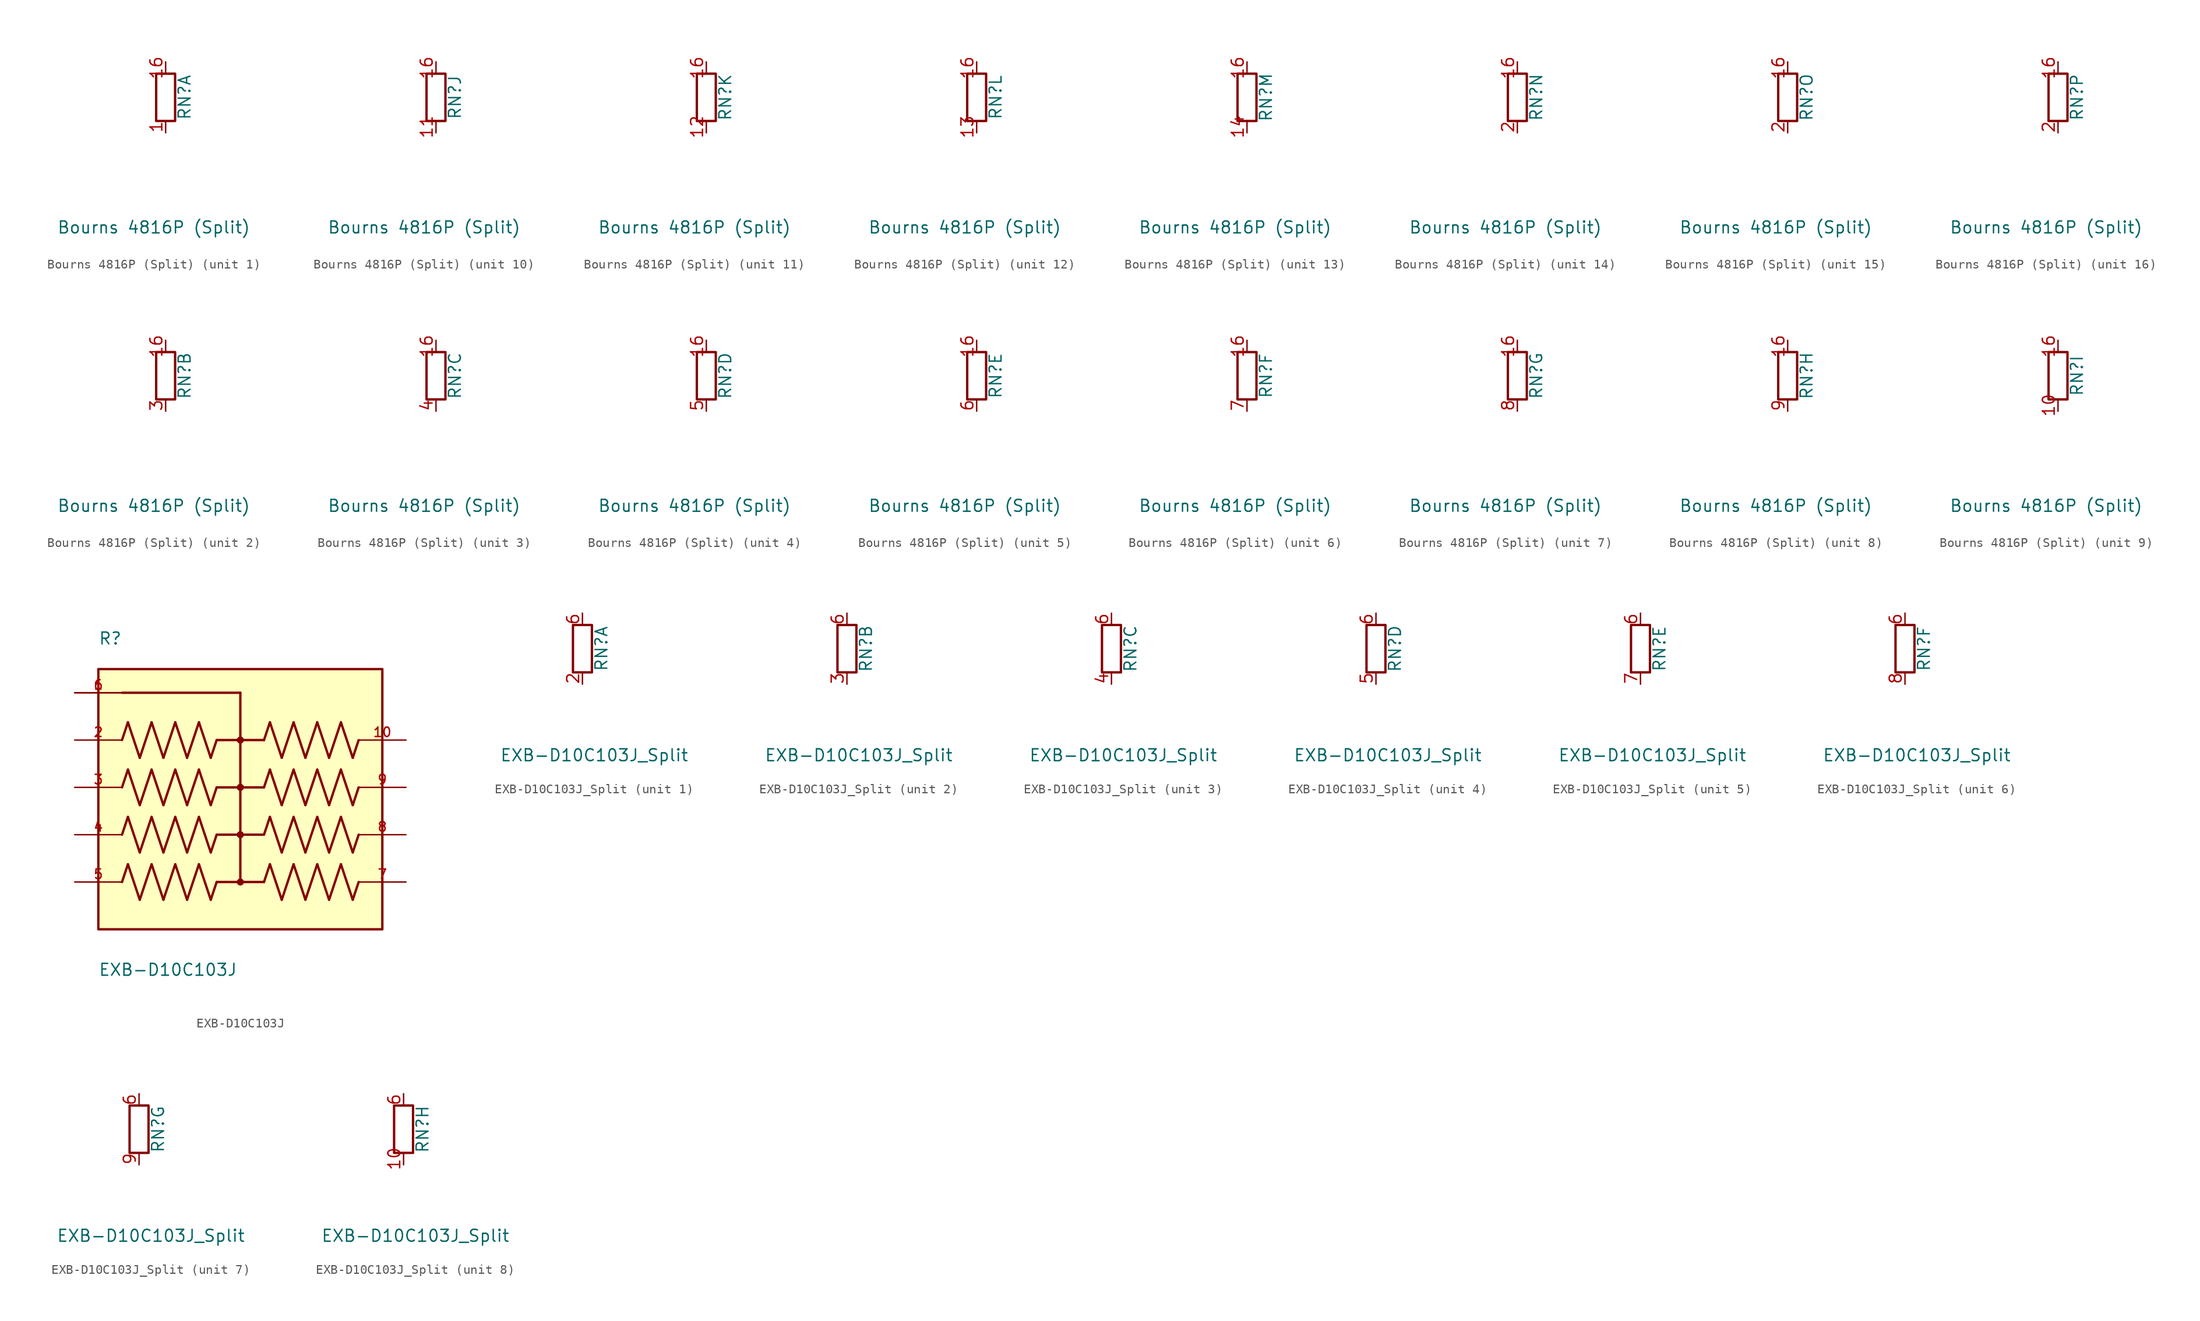
<source format=kicad_sym>
(kicad_symbol_lib
  (version 20220914)
  (generator kicad_symbol_editor)
  (symbol "Bourns 4816P (Split)"
    (pin_names
      (offset 0) hide)
    (property "Reference" "RN"
      (at 2.032 0 90)
      (effects (font (size 1.27 1.27))))
    (property "Value" "Bourns 4816P (Split)"
      (at -1.27 -13.97 0)
      (effects (font (size 1.27 1.27))))
    (symbol "Bourns 4816P (Split)_0_1"
      (rectangle (start -1.016 2.54) (end 1.016 -2.54) (stroke (width 0.254) (type default)) (fill (type none)))
      (pin passive line (at 0 3.81 270) (length 1.27) (name "R1" (effects (font (size 1.27 1.27)))) (number "16" (effects (font (size 1.27 1.27))))))
    (symbol "Bourns 4816P (Split)_1_1"
      (pin passive line (at 0 -3.81 90) (length 1.27) (name "R1.1" (effects (font (size 1.27 1.27)))) (number "1" (effects (font (size 1.27 1.27))))))
    (symbol "Bourns 4816P (Split)_2_1"
      (pin passive line (at 0 -3.81 90) (length 1.27) (name "R2.2" (effects (font (size 1.27 1.27)))) (number "3" (effects (font (size 1.27 1.27))))))
    (symbol "Bourns 4816P (Split)_3_1"
      (pin passive line (at 0 -3.81 90) (length 1.27) (name "R3.2" (effects (font (size 1.27 1.27)))) (number "4" (effects (font (size 1.27 1.27))))))
    (symbol "Bourns 4816P (Split)_4_1"
      (pin passive line (at 0 -3.81 90) (length 1.27) (name "R4.2" (effects (font (size 1.27 1.27)))) (number "5" (effects (font (size 1.27 1.27))))))
    (symbol "Bourns 4816P (Split)_5_1"
      (pin passive line (at 0 -3.81 90) (length 1.27) (name "R5.2" (effects (font (size 1.27 1.27)))) (number "6" (effects (font (size 1.27 1.27))))))
    (symbol "Bourns 4816P (Split)_6_1"
      (pin passive line (at 0 -3.81 90) (length 1.27) (name "R6.2" (effects (font (size 1.27 1.27)))) (number "7" (effects (font (size 1.27 1.27))))))
    (symbol "Bourns 4816P (Split)_7_1"
      (pin passive line (at 0 -3.81 90) (length 1.27) (name "R7.2" (effects (font (size 1.27 1.27)))) (number "8" (effects (font (size 1.27 1.27))))))
    (symbol "Bourns 4816P (Split)_8_1"
      (pin passive line (at 0 -3.81 90) (length 1.27) (name "R8.2" (effects (font (size 1.27 1.27)))) (number "9" (effects (font (size 1.27 1.27))))))
    (symbol "Bourns 4816P (Split)_9_1"
      (pin passive line (at 0 -3.81 90) (length 1.27) (name "R9.2" (effects (font (size 1.27 1.27)))) (number "10" (effects (font (size 1.27 1.27))))))
    (symbol "Bourns 4816P (Split)_10_1"
      (pin passive line (at 0 -3.81 90) (length 1.27) (name "R10.2" (effects (font (size 1.27 1.27)))) (number "11" (effects (font (size 1.27 1.27))))))
    (symbol "Bourns 4816P (Split)_11_1"
      (pin passive line (at 0 -3.81 90) (length 1.27) (name "R11.2" (effects (font (size 1.27 1.27)))) (number "12" (effects (font (size 1.27 1.27))))))
    (symbol "Bourns 4816P (Split)_12_1"
      (pin passive line (at 0 -3.81 90) (length 1.27) (name "R12.2" (effects (font (size 1.27 1.27)))) (number "13" (effects (font (size 1.27 1.27))))))
    (symbol "Bourns 4816P (Split)_13_1"
      (pin passive line (at 0 -3.81 90) (length 1.27) (name "R13.2" (effects (font (size 1.27 1.27)))) (number "14" (effects (font (size 1.27 1.27))))))
    (symbol "Bourns 4816P (Split)_14_1"
      (pin passive line (at 0 -3.81 90) (length 1.27) (name "R1.1" (effects (font (size 1.27 1.27)))) (number "2" (effects (font (size 1.27 1.27))))))
    (symbol "Bourns 4816P (Split)_15_1"
      (pin passive line (at 0 -3.81 90) (length 1.27) (name "R1.1" (effects (font (size 1.27 1.27)))) (number "2" (effects (font (size 1.27 1.27))))))
    (symbol "Bourns 4816P (Split)_16_1"
      (pin passive line (at 0 -3.81 90) (length 1.27) (name "R1.1" (effects (font (size 1.27 1.27)))) (number "2" (effects (font (size 1.27 1.27)))))))
  (symbol "EXB-D10C103J"
    (pin_names
      (offset 1.016))
    (property "Reference" "R"
      (at -15.244 15.242 0)
      (effects (font (size 1.27 1.27)) (justify left bottom)))
    (property "Value" "EXB-D10C103J"
      (at -15.25 -20.327 0)
      (effects (font (size 1.27 1.27)) (justify left bottom)))
    (symbol "EXB-D10C103J_0_0"
      (rectangle (start -15.24 -15.24) (end 15.24 12.7) (stroke (width 0.254) (type default)) (fill (type background)))
      (circle (center 0 -10.16) (radius 0.254) (stroke (width 0.254) (type default)) (fill (type none)))
      (circle (center 0 -5.08) (radius 0.254) (stroke (width 0.254) (type default)) (fill (type none)))
      (polyline (pts (xy -12.7 -10.16) (xy -12.065 -8.255)) (stroke (width 0.254) (type default)) (fill (type none)))
      (polyline (pts (xy -12.7 -5.08) (xy -12.065 -3.175)) (stroke (width 0.254) (type default)) (fill (type none)))
      (polyline (pts (xy -12.7 0) (xy -12.065 1.905)) (stroke (width 0.254) (type default)) (fill (type none)))
      (polyline (pts (xy -12.7 5.08) (xy -12.065 6.985)) (stroke (width 0.254) (type default)) (fill (type none)))
      (polyline (pts (xy -12.7 10.16) (xy 0 10.16)) (stroke (width 0.254) (type default)) (fill (type none)))
      (polyline (pts (xy -12.065 -8.255) (xy -10.795 -12.065)) (stroke (width 0.254) (type default)) (fill (type none)))
      (polyline (pts (xy -12.065 -3.175) (xy -10.795 -6.985)) (stroke (width 0.254) (type default)) (fill (type none)))
      (polyline (pts (xy -12.065 1.905) (xy -10.795 -1.905)) (stroke (width 0.254) (type default)) (fill (type none)))
      (polyline (pts (xy -12.065 6.985) (xy -10.795 3.175)) (stroke (width 0.254) (type default)) (fill (type none)))
      (polyline (pts (xy -10.795 -12.065) (xy -9.525 -8.255)) (stroke (width 0.254) (type default)) (fill (type none)))
      (polyline (pts (xy -10.795 -6.985) (xy -9.525 -3.175)) (stroke (width 0.254) (type default)) (fill (type none)))
      (polyline (pts (xy -10.795 -1.905) (xy -9.525 1.905)) (stroke (width 0.254) (type default)) (fill (type none)))
      (polyline (pts (xy -10.795 3.175) (xy -9.525 6.985)) (stroke (width 0.254) (type default)) (fill (type none)))
      (polyline (pts (xy -9.525 -8.255) (xy -8.255 -12.065)) (stroke (width 0.254) (type default)) (fill (type none)))
      (polyline (pts (xy -9.525 -3.175) (xy -8.255 -6.985)) (stroke (width 0.254) (type default)) (fill (type none)))
      (polyline (pts (xy -9.525 1.905) (xy -8.255 -1.905)) (stroke (width 0.254) (type default)) (fill (type none)))
      (polyline (pts (xy -9.525 6.985) (xy -8.255 3.175)) (stroke (width 0.254) (type default)) (fill (type none)))
      (polyline (pts (xy -8.255 -12.065) (xy -6.985 -8.255)) (stroke (width 0.254) (type default)) (fill (type none)))
      (polyline (pts (xy -8.255 -6.985) (xy -6.985 -3.175)) (stroke (width 0.254) (type default)) (fill (type none)))
      (polyline (pts (xy -8.255 -1.905) (xy -6.985 1.905)) (stroke (width 0.254) (type default)) (fill (type none)))
      (polyline (pts (xy -8.255 3.175) (xy -6.985 6.985)) (stroke (width 0.254) (type default)) (fill (type none)))
      (polyline (pts (xy -6.985 -8.255) (xy -5.715 -12.065)) (stroke (width 0.254) (type default)) (fill (type none)))
      (polyline (pts (xy -6.985 -3.175) (xy -5.715 -6.985)) (stroke (width 0.254) (type default)) (fill (type none)))
      (polyline (pts (xy -6.985 1.905) (xy -5.715 -1.905)) (stroke (width 0.254) (type default)) (fill (type none)))
      (polyline (pts (xy -6.985 6.985) (xy -5.715 3.175)) (stroke (width 0.254) (type default)) (fill (type none)))
      (polyline (pts (xy -5.715 -12.065) (xy -4.445 -8.255)) (stroke (width 0.254) (type default)) (fill (type none)))
      (polyline (pts (xy -5.715 -6.985) (xy -4.445 -3.175)) (stroke (width 0.254) (type default)) (fill (type none)))
      (polyline (pts (xy -5.715 -1.905) (xy -4.445 1.905)) (stroke (width 0.254) (type default)) (fill (type none)))
      (polyline (pts (xy -5.715 3.175) (xy -4.445 6.985)) (stroke (width 0.254) (type default)) (fill (type none)))
      (polyline (pts (xy -4.445 -8.255) (xy -3.175 -12.065)) (stroke (width 0.254) (type default)) (fill (type none)))
      (polyline (pts (xy -4.445 -3.175) (xy -3.175 -6.985)) (stroke (width 0.254) (type default)) (fill (type none)))
      (polyline (pts (xy -4.445 1.905) (xy -3.175 -1.905)) (stroke (width 0.254) (type default)) (fill (type none)))
      (polyline (pts (xy -4.445 6.985) (xy -3.175 3.175)) (stroke (width 0.254) (type default)) (fill (type none)))
      (polyline (pts (xy -3.175 -12.065) (xy -2.54 -10.16)) (stroke (width 0.254) (type default)) (fill (type none)))
      (polyline (pts (xy -3.175 -6.985) (xy -2.54 -5.08)) (stroke (width 0.254) (type default)) (fill (type none)))
      (polyline (pts (xy -3.175 -1.905) (xy -2.54 0)) (stroke (width 0.254) (type default)) (fill (type none)))
      (polyline (pts (xy -3.175 3.175) (xy -2.54 5.08)) (stroke (width 0.254) (type default)) (fill (type none)))
      (polyline (pts (xy -2.54 -10.16) (xy 0 -10.16)) (stroke (width 0.254) (type default)) (fill (type none)))
      (polyline (pts (xy -2.54 -5.08) (xy 0 -5.08)) (stroke (width 0.254) (type default)) (fill (type none)))
      (polyline (pts (xy -2.54 0) (xy 0 0)) (stroke (width 0.254) (type default)) (fill (type none)))
      (polyline (pts (xy -2.54 5.08) (xy 0 5.08)) (stroke (width 0.254) (type default)) (fill (type none)))
      (polyline (pts (xy 0 -10.16) (xy 2.54 -10.16)) (stroke (width 0.254) (type default)) (fill (type none)))
      (polyline (pts (xy 0 -5.08) (xy 0 -10.16)) (stroke (width 0.254) (type default)) (fill (type none)))
      (polyline (pts (xy 0 -5.08) (xy 2.54 -5.08)) (stroke (width 0.254) (type default)) (fill (type none)))
      (polyline (pts (xy 0 0) (xy 0 -5.08)) (stroke (width 0.254) (type default)) (fill (type none)))
      (polyline (pts (xy 0 0) (xy 2.54 0)) (stroke (width 0.254) (type default)) (fill (type none)))
      (polyline (pts (xy 0 5.08) (xy 0 0)) (stroke (width 0.254) (type default)) (fill (type none)))
      (polyline (pts (xy 0 5.08) (xy 2.54 5.08)) (stroke (width 0.254) (type default)) (fill (type none)))
      (polyline (pts (xy 0 10.16) (xy 0 5.08)) (stroke (width 0.254) (type default)) (fill (type none)))
      (polyline (pts (xy 2.54 -10.16) (xy 3.175 -8.255)) (stroke (width 0.254) (type default)) (fill (type none)))
      (polyline (pts (xy 2.54 -5.08) (xy 3.175 -3.175)) (stroke (width 0.254) (type default)) (fill (type none)))
      (polyline (pts (xy 2.54 0) (xy 3.175 1.905)) (stroke (width 0.254) (type default)) (fill (type none)))
      (polyline (pts (xy 2.54 5.08) (xy 3.175 6.985)) (stroke (width 0.254) (type default)) (fill (type none)))
      (polyline (pts (xy 3.175 -8.255) (xy 4.445 -12.065)) (stroke (width 0.254) (type default)) (fill (type none)))
      (polyline (pts (xy 3.175 -3.175) (xy 4.445 -6.985)) (stroke (width 0.254) (type default)) (fill (type none)))
      (polyline (pts (xy 3.175 1.905) (xy 4.445 -1.905)) (stroke (width 0.254) (type default)) (fill (type none)))
      (polyline (pts (xy 3.175 6.985) (xy 4.445 3.175)) (stroke (width 0.254) (type default)) (fill (type none)))
      (polyline (pts (xy 4.445 -12.065) (xy 5.715 -8.255)) (stroke (width 0.254) (type default)) (fill (type none)))
      (polyline (pts (xy 4.445 -6.985) (xy 5.715 -3.175)) (stroke (width 0.254) (type default)) (fill (type none)))
      (polyline (pts (xy 4.445 -1.905) (xy 5.715 1.905)) (stroke (width 0.254) (type default)) (fill (type none)))
      (polyline (pts (xy 4.445 3.175) (xy 5.715 6.985)) (stroke (width 0.254) (type default)) (fill (type none)))
      (polyline (pts (xy 5.715 -8.255) (xy 6.985 -12.065)) (stroke (width 0.254) (type default)) (fill (type none)))
      (polyline (pts (xy 5.715 -3.175) (xy 6.985 -6.985)) (stroke (width 0.254) (type default)) (fill (type none)))
      (polyline (pts (xy 5.715 1.905) (xy 6.985 -1.905)) (stroke (width 0.254) (type default)) (fill (type none)))
      (polyline (pts (xy 5.715 6.985) (xy 6.985 3.175)) (stroke (width 0.254) (type default)) (fill (type none)))
      (polyline (pts (xy 6.985 -12.065) (xy 8.255 -8.255)) (stroke (width 0.254) (type default)) (fill (type none)))
      (polyline (pts (xy 6.985 -6.985) (xy 8.255 -3.175)) (stroke (width 0.254) (type default)) (fill (type none)))
      (polyline (pts (xy 6.985 -1.905) (xy 8.255 1.905)) (stroke (width 0.254) (type default)) (fill (type none)))
      (polyline (pts (xy 6.985 3.175) (xy 8.255 6.985)) (stroke (width 0.254) (type default)) (fill (type none)))
      (polyline (pts (xy 8.255 -8.255) (xy 9.525 -12.065)) (stroke (width 0.254) (type default)) (fill (type none)))
      (polyline (pts (xy 8.255 -3.175) (xy 9.525 -6.985)) (stroke (width 0.254) (type default)) (fill (type none)))
      (polyline (pts (xy 8.255 1.905) (xy 9.525 -1.905)) (stroke (width 0.254) (type default)) (fill (type none)))
      (polyline (pts (xy 8.255 6.985) (xy 9.525 3.175)) (stroke (width 0.254) (type default)) (fill (type none)))
      (polyline (pts (xy 9.525 -12.065) (xy 10.795 -8.255)) (stroke (width 0.254) (type default)) (fill (type none)))
      (polyline (pts (xy 9.525 -6.985) (xy 10.795 -3.175)) (stroke (width 0.254) (type default)) (fill (type none)))
      (polyline (pts (xy 9.525 -1.905) (xy 10.795 1.905)) (stroke (width 0.254) (type default)) (fill (type none)))
      (polyline (pts (xy 9.525 3.175) (xy 10.795 6.985)) (stroke (width 0.254) (type default)) (fill (type none)))
      (polyline (pts (xy 10.795 -8.255) (xy 12.065 -12.065)) (stroke (width 0.254) (type default)) (fill (type none)))
      (polyline (pts (xy 10.795 -3.175) (xy 12.065 -6.985)) (stroke (width 0.254) (type default)) (fill (type none)))
      (polyline (pts (xy 10.795 1.905) (xy 12.065 -1.905)) (stroke (width 0.254) (type default)) (fill (type none)))
      (polyline (pts (xy 10.795 6.985) (xy 12.065 3.175)) (stroke (width 0.254) (type default)) (fill (type none)))
      (polyline (pts (xy 12.065 -12.065) (xy 12.7 -10.16)) (stroke (width 0.254) (type default)) (fill (type none)))
      (polyline (pts (xy 12.065 -6.985) (xy 12.7 -5.08)) (stroke (width 0.254) (type default)) (fill (type none)))
      (polyline (pts (xy 12.065 -1.905) (xy 12.7 0)) (stroke (width 0.254) (type default)) (fill (type none)))
      (polyline (pts (xy 12.065 3.175) (xy 12.7 5.08)) (stroke (width 0.254) (type default)) (fill (type none)))
      (circle (center 0 0) (radius 0.254) (stroke (width 0.254) (type default)) (fill (type none)))
      (circle (center 0 5.08) (radius 0.254) (stroke (width 0.254) (type default)) (fill (type none)))
      (pin passive line (at -17.78 10.16 0) (length 5.08) (name "~" (effects (font (size 1.016 1.016)))) (number "1" (effects (font (size 1.016 1.016)))))
      (pin passive line (at 17.78 5.08 180) (length 5.08) (name "~" (effects (font (size 1.016 1.016)))) (number "10" (effects (font (size 1.016 1.016)))))
      (pin passive line (at -17.78 5.08 0) (length 5.08) (name "~" (effects (font (size 1.016 1.016)))) (number "2" (effects (font (size 1.016 1.016)))))
      (pin passive line (at -17.78 0 0) (length 5.08) (name "~" (effects (font (size 1.016 1.016)))) (number "3" (effects (font (size 1.016 1.016)))))
      (pin passive line (at -17.78 -5.08 0) (length 5.08) (name "~" (effects (font (size 1.016 1.016)))) (number "4" (effects (font (size 1.016 1.016)))))
      (pin passive line (at -17.78 -10.16 0) (length 5.08) (name "~" (effects (font (size 1.016 1.016)))) (number "5" (effects (font (size 1.016 1.016)))))
      (pin passive line (at -17.78 10.16 0) (length 5.08) (name "~" (effects (font (size 1.016 1.016)))) (number "6" (effects (font (size 1.016 1.016)))))
      (pin passive line (at 17.78 -10.16 180) (length 5.08) (name "~" (effects (font (size 1.016 1.016)))) (number "7" (effects (font (size 1.016 1.016)))))
      (pin passive line (at 17.78 -5.08 180) (length 5.08) (name "~" (effects (font (size 1.016 1.016)))) (number "8" (effects (font (size 1.016 1.016)))))
      (pin passive line (at 17.78 0 180) (length 5.08) (name "~" (effects (font (size 1.016 1.016)))) (number "9" (effects (font (size 1.016 1.016)))))))
  (symbol "EXB-D10C103J_Split"
    (pin_names
      (offset 0) hide)
    (property "Reference" "RN"
      (at 2.032 0 90)
      (effects (font (size 1.27 1.27))))
    (property "Value" "EXB-D10C103J_Split"
      (at 1.27 -11.43 0)
      (effects (font (size 1.27 1.27))))
    (symbol "EXB-D10C103J_Split_0_1"
      (rectangle (start -1.016 2.54) (end 1.016 -2.54) (stroke (width 0.254) (type default)) (fill (type none)))
      (pin passive line (at 0 3.81 270) (length 1.27) (name "R1" (effects (font (size 1.27 1.27)))) (number "6" (effects (font (size 1.27 1.27))))))
    (symbol "EXB-D10C103J_Split_1_1"
      (pin no_connect line (at 5.08 1.27 180) (length 1.27) hide (name "NC" (effects (font (size 1.27 1.27)))) (number "1" (effects (font (size 1.27 1.27)))))
      (pin passive line (at 0 -3.81 90) (length 1.27) (name "R1.2" (effects (font (size 1.27 1.27)))) (number "2" (effects (font (size 1.27 1.27))))))
    (symbol "EXB-D10C103J_Split_2_1"
      (pin passive line (at 0 -3.81 90) (length 1.27) (name "R2.2" (effects (font (size 1.27 1.27)))) (number "3" (effects (font (size 1.27 1.27))))))
    (symbol "EXB-D10C103J_Split_3_1"
      (pin passive line (at 0 -3.81 90) (length 1.27) (name "R3.2" (effects (font (size 1.27 1.27)))) (number "4" (effects (font (size 1.27 1.27))))))
    (symbol "EXB-D10C103J_Split_4_1"
      (pin passive line (at 0 -3.81 90) (length 1.27) (name "R4.2" (effects (font (size 1.27 1.27)))) (number "5" (effects (font (size 1.27 1.27))))))
    (symbol "EXB-D10C103J_Split_5_1"
      (pin passive line (at 0 -3.81 90) (length 1.27) (name "R5.2" (effects (font (size 1.27 1.27)))) (number "7" (effects (font (size 1.27 1.27))))))
    (symbol "EXB-D10C103J_Split_6_1"
      (pin passive line (at 0 -3.81 90) (length 1.27) (name "R6.2" (effects (font (size 1.27 1.27)))) (number "8" (effects (font (size 1.27 1.27))))))
    (symbol "EXB-D10C103J_Split_7_1"
      (pin passive line (at 0 -3.81 90) (length 1.27) (name "R7.2" (effects (font (size 1.27 1.27)))) (number "9" (effects (font (size 1.27 1.27))))))
    (symbol "EXB-D10C103J_Split_8_1"
      (pin passive line (at 0 -3.81 90) (length 1.27) (name "R8.2" (effects (font (size 1.27 1.27)))) (number "10" (effects (font (size 1.27 1.27))))))))
</source>
